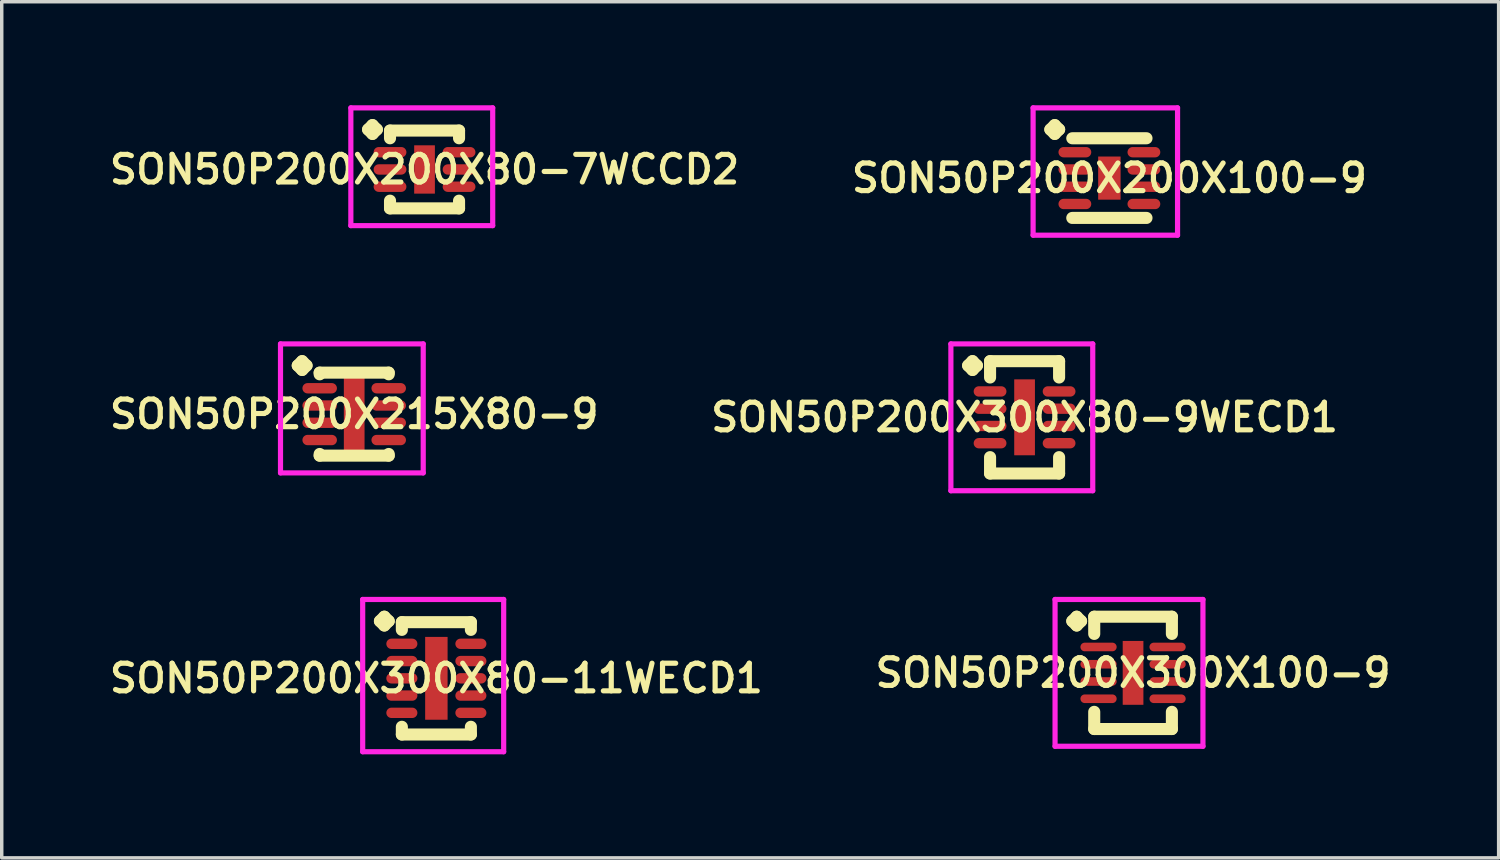
<source format=kicad_pcb>
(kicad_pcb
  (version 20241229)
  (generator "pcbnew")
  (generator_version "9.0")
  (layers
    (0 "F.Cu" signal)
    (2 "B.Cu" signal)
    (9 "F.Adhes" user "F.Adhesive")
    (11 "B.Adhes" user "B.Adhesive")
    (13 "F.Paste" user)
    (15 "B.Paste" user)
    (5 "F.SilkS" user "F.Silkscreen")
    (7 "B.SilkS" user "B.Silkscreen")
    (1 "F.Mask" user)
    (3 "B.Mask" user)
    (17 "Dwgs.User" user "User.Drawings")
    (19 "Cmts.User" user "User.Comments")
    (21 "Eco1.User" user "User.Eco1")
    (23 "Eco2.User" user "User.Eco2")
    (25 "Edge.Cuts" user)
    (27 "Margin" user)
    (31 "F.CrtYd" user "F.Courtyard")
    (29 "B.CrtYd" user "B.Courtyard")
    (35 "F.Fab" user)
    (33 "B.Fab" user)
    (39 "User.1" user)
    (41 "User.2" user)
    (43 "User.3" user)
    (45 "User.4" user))
  (footprint "SON50P200X300X100-9"
    (layer "F.Cu")
    (at 29.778 16.445)
    (property "Reference" "SON50P200X300X100-9" (at 0 0 0) (layer "F.SilkS") (effects (font (size 0.8 0.8) (thickness 0.15))))
    (attr smd)
    (fp_line (start -1.76 -1.5) (end -1.633 -1.627) (stroke (width 0.35) (type solid)) (layer "F.SilkS"))
    (fp_line (start -1.633 -1.627) (end -1.506 -1.5) (stroke (width 0.35) (type solid)) (layer "F.SilkS"))
    (fp_line (start -1.633 -1.373) (end -1.76 -1.5) (stroke (width 0.35) (type solid)) (layer "F.SilkS"))
    (fp_line (start -1.506 -1.5) (end -1.633 -1.373) (stroke (width 0.35) (type solid)) (layer "F.SilkS"))
    (fp_line (start -1.125 -1.627) (end 1.125 -1.627) (stroke (width 0.35) (type solid)) (layer "F.SilkS"))
    (fp_line (start -1.125 -1.129) (end -1.125 -1.627) (stroke (width 0.35) (type solid)) (layer "F.SilkS"))
    (fp_line (start -1.125 1.129) (end -1.125 1.627) (stroke (width 0.35) (type solid)) (layer "F.SilkS"))
    (fp_line (start -1.125 1.627) (end 1.125 1.627) (stroke (width 0.35) (type solid)) (layer "F.SilkS"))
    (fp_line (start 1.125 -1.627) (end 1.125 -1.129) (stroke (width 0.35) (type solid)) (layer "F.SilkS"))
    (fp_line (start 1.125 1.627) (end 1.125 1.129) (stroke (width 0.35) (type solid)) (layer "F.SilkS"))
    (fp_line (start -2.26 -2.127) (end 2.025 -2.127) (stroke (width 0.15) (type solid)) (layer "F.CrtYd"))
    (fp_line (start -2.26 2.127) (end -2.26 -2.127) (stroke (width 0.15) (type solid)) (layer "F.CrtYd"))
    (fp_line (start 2.025 -2.127) (end 2.025 2.127) (stroke (width 0.15) (type solid)) (layer "F.CrtYd"))
    (fp_line (start 2.025 2.127) (end -2.26 2.127) (stroke (width 0.15) (type solid)) (layer "F.CrtYd"))
    (pad "1" smd oval (at -1 -0.75) (size 1.05 0.25) (layers "F.Cu" "F.Mask" "F.Paste"))
    (pad "2" smd oval (at -1 -0.25) (size 1.05 0.25) (layers "F.Cu" "F.Mask" "F.Paste"))
    (pad "3" smd oval (at -1 0.25) (size 1.05 0.25) (layers "F.Cu" "F.Mask" "F.Paste"))
    (pad "4" smd oval (at -1 0.75) (size 1.05 0.25) (layers "F.Cu" "F.Mask" "F.Paste"))
    (pad "5" smd oval (at 1 0.75) (size 1.05 0.25) (layers "F.Cu" "F.Mask" "F.Paste"))
    (pad "6" smd oval (at 1 0.25) (size 1.05 0.25) (layers "F.Cu" "F.Mask" "F.Paste"))
    (pad "7" smd oval (at 1 -0.25) (size 1.05 0.25) (layers "F.Cu" "F.Mask" "F.Paste"))
    (pad "8" smd oval (at 1 -0.75) (size 1.05 0.25) (layers "F.Cu" "F.Mask" "F.Paste"))
    (pad "9" smd rect (at 0 0) (size 0.6 1.85) (layers "F.Cu" "F.Mask" "F.Paste")))
  (footprint "SON50P200X300X80-11WECD1"
    (layer "F.Cu")
    (at 9.593 16.603)
    (property "Reference" "SON50P200X300X80-11WECD1" (at 0 0 0) (layer "F.SilkS") (effects (font (size 0.8 0.8) (thickness 0.15))))
    (attr smd)
    (fp_line (start -1.635 -1.658) (end -1.508 -1.785) (stroke (width 0.35) (type solid)) (layer "F.SilkS"))
    (fp_line (start -1.508 -1.785) (end -1.381 -1.658) (stroke (width 0.35) (type solid)) (layer "F.SilkS"))
    (fp_line (start -1.508 -1.531) (end -1.635 -1.658) (stroke (width 0.35) (type solid)) (layer "F.SilkS"))
    (fp_line (start -1.381 -1.658) (end -1.508 -1.531) (stroke (width 0.35) (type solid)) (layer "F.SilkS"))
    (fp_line (start -1 -1.627) (end 1 -1.627) (stroke (width 0.35) (type solid)) (layer "F.SilkS"))
    (fp_line (start -1 -1.404) (end -1 -1.627) (stroke (width 0.35) (type solid)) (layer "F.SilkS"))
    (fp_line (start -1 1.404) (end -1 1.627) (stroke (width 0.35) (type solid)) (layer "F.SilkS"))
    (fp_line (start -1 1.627) (end 1 1.627) (stroke (width 0.35) (type solid)) (layer "F.SilkS"))
    (fp_line (start 1 -1.627) (end 1 -1.404) (stroke (width 0.35) (type solid)) (layer "F.SilkS"))
    (fp_line (start 1 1.627) (end 1 1.404) (stroke (width 0.35) (type solid)) (layer "F.SilkS"))
    (fp_line (start -2.135 -2.285) (end 1.95 -2.285) (stroke (width 0.15) (type solid)) (layer "F.CrtYd"))
    (fp_line (start -2.135 2.127) (end -2.135 -2.285) (stroke (width 0.15) (type solid)) (layer "F.CrtYd"))
    (fp_line (start 1.95 -2.285) (end 1.95 2.127) (stroke (width 0.15) (type solid)) (layer "F.CrtYd"))
    (fp_line (start 1.95 2.127) (end -2.135 2.127) (stroke (width 0.15) (type solid)) (layer "F.CrtYd"))
    (pad "1" smd oval (at -1 -1) (size 0.9 0.3) (layers "F.Cu" "F.Mask" "F.Paste"))
    (pad "2" smd oval (at -1 -0.5) (size 0.9 0.3) (layers "F.Cu" "F.Mask" "F.Paste"))
    (pad "3" smd oval (at -1 0) (size 0.9 0.3) (layers "F.Cu" "F.Mask" "F.Paste"))
    (pad "4" smd oval (at -1 0.5) (size 0.9 0.3) (layers "F.Cu" "F.Mask" "F.Paste"))
    (pad "5" smd oval (at -1 1) (size 0.9 0.3) (layers "F.Cu" "F.Mask" "F.Paste"))
    (pad "6" smd oval (at 1 1) (size 0.9 0.3) (layers "F.Cu" "F.Mask" "F.Paste"))
    (pad "7" smd oval (at 1 0.5) (size 0.9 0.3) (layers "F.Cu" "F.Mask" "F.Paste"))
    (pad "8" smd oval (at 1 0) (size 0.9 0.3) (layers "F.Cu" "F.Mask" "F.Paste"))
    (pad "9" smd oval (at 1 -0.5) (size 0.9 0.3) (layers "F.Cu" "F.Mask" "F.Paste"))
    (pad "10" smd oval (at 1 -1) (size 0.9 0.3) (layers "F.Cu" "F.Mask" "F.Paste"))
    (pad "11" smd rect (at 0 0) (size 0.65 2.4) (layers "F.Cu" "F.Mask" "F.Paste")))
  (footprint "SON50P200X200X100-9"
    (layer "F.Cu")
    (at 29.092 2.11)
    (property "Reference" "SON50P200X200X100-9" (at 0 0 0) (layer "F.SilkS") (effects (font (size 0.8 0.8) (thickness 0.15))))
    (attr smd)
    (fp_line (start -1.71 -1.408) (end -1.583 -1.535) (stroke (width 0.35) (type solid)) (layer "F.SilkS"))
    (fp_line (start -1.583 -1.535) (end -1.456 -1.408) (stroke (width 0.35) (type solid)) (layer "F.SilkS"))
    (fp_line (start -1.583 -1.281) (end -1.71 -1.408) (stroke (width 0.35) (type solid)) (layer "F.SilkS"))
    (fp_line (start -1.456 -1.408) (end -1.583 -1.281) (stroke (width 0.35) (type solid)) (layer "F.SilkS"))
    (fp_line (start -1.075 -1.154) (end 1.075 -1.154) (stroke (width 0.35) (type solid)) (layer "F.SilkS"))
    (fp_line (start -1.075 1.154) (end 1.075 1.154) (stroke (width 0.35) (type solid)) (layer "F.SilkS"))
    (fp_line (start -2.21 -2.035) (end 1.975 -2.035) (stroke (width 0.15) (type solid)) (layer "F.CrtYd"))
    (fp_line (start -2.21 1.654) (end -2.21 -2.035) (stroke (width 0.15) (type solid)) (layer "F.CrtYd"))
    (fp_line (start 1.975 -2.035) (end 1.975 1.654) (stroke (width 0.15) (type solid)) (layer "F.CrtYd"))
    (fp_line (start 1.975 1.654) (end -2.21 1.654) (stroke (width 0.15) (type solid)) (layer "F.CrtYd"))
    (pad "1" smd oval (at -1 -0.75) (size 0.95 0.3) (layers "F.Cu" "F.Mask" "F.Paste"))
    (pad "2" smd oval (at -1 -0.25) (size 0.95 0.3) (layers "F.Cu" "F.Mask" "F.Paste"))
    (pad "3" smd oval (at -1 0.25) (size 0.95 0.3) (layers "F.Cu" "F.Mask" "F.Paste"))
    (pad "4" smd oval (at -1 0.75) (size 0.95 0.3) (layers "F.Cu" "F.Mask" "F.Paste"))
    (pad "5" smd oval (at 1 0.75) (size 0.95 0.3) (layers "F.Cu" "F.Mask" "F.Paste"))
    (pad "6" smd oval (at 1 0.25) (size 0.95 0.3) (layers "F.Cu" "F.Mask" "F.Paste"))
    (pad "7" smd oval (at 1 -0.25) (size 0.95 0.3) (layers "F.Cu" "F.Mask" "F.Paste"))
    (pad "8" smd oval (at 1 -0.75) (size 0.95 0.3) (layers "F.Cu" "F.Mask" "F.Paste"))
    (pad "9" smd rect (at 0 0) (size 0.65 1.25) (layers "F.Cu" "F.Mask" "F.Paste")))
  (footprint "SON50P200X300X80-9WECD1"
    (layer "F.Cu")
    (at 26.635 9.041)
    (property "Reference" "SON50P200X300X80-9WECD1" (at 0 0 0) (layer "F.SilkS") (effects (font (size 0.8 0.8) (thickness 0.15))))
    (attr smd)
    (fp_line (start -1.635 -1.5) (end -1.508 -1.627) (stroke (width 0.35) (type solid)) (layer "F.SilkS"))
    (fp_line (start -1.508 -1.627) (end -1.381 -1.5) (stroke (width 0.35) (type solid)) (layer "F.SilkS"))
    (fp_line (start -1.508 -1.373) (end -1.635 -1.5) (stroke (width 0.35) (type solid)) (layer "F.SilkS"))
    (fp_line (start -1.381 -1.5) (end -1.508 -1.373) (stroke (width 0.35) (type solid)) (layer "F.SilkS"))
    (fp_line (start -1 -1.627) (end 1 -1.627) (stroke (width 0.35) (type solid)) (layer "F.SilkS"))
    (fp_line (start -1 -1.154) (end -1 -1.627) (stroke (width 0.35) (type solid)) (layer "F.SilkS"))
    (fp_line (start -1 1.154) (end -1 1.627) (stroke (width 0.35) (type solid)) (layer "F.SilkS"))
    (fp_line (start -1 1.627) (end 1 1.627) (stroke (width 0.35) (type solid)) (layer "F.SilkS"))
    (fp_line (start 1 -1.627) (end 1 -1.154) (stroke (width 0.35) (type solid)) (layer "F.SilkS"))
    (fp_line (start 1 1.627) (end 1 1.154) (stroke (width 0.35) (type solid)) (layer "F.SilkS"))
    (fp_line (start -2.135 -2.127) (end 1.975 -2.127) (stroke (width 0.15) (type solid)) (layer "F.CrtYd"))
    (fp_line (start -2.135 2.127) (end -2.135 -2.127) (stroke (width 0.15) (type solid)) (layer "F.CrtYd"))
    (fp_line (start 1.975 -2.127) (end 1.975 2.127) (stroke (width 0.15) (type solid)) (layer "F.CrtYd"))
    (fp_line (start 1.975 2.127) (end -2.135 2.127) (stroke (width 0.15) (type solid)) (layer "F.CrtYd"))
    (pad "1" smd oval (at -1 -0.75) (size 0.95 0.3) (layers "F.Cu" "F.Mask" "F.Paste"))
    (pad "2" smd oval (at -1 -0.25) (size 0.95 0.3) (layers "F.Cu" "F.Mask" "F.Paste"))
    (pad "3" smd oval (at -1 0.25) (size 0.95 0.3) (layers "F.Cu" "F.Mask" "F.Paste"))
    (pad "4" smd oval (at -1 0.75) (size 0.95 0.3) (layers "F.Cu" "F.Mask" "F.Paste"))
    (pad "5" smd oval (at 1 0.75) (size 0.95 0.3) (layers "F.Cu" "F.Mask" "F.Paste"))
    (pad "6" smd oval (at 1 0.25) (size 0.95 0.3) (layers "F.Cu" "F.Mask" "F.Paste"))
    (pad "7" smd oval (at 1 -0.25) (size 0.95 0.3) (layers "F.Cu" "F.Mask" "F.Paste"))
    (pad "8" smd oval (at 1 -0.75) (size 0.95 0.3) (layers "F.Cu" "F.Mask" "F.Paste"))
    (pad "9" smd rect (at 0 0) (size 0.6 2.2) (layers "F.Cu" "F.Mask" "F.Paste")))
  (footprint "SON50P200X200X80-7WCCD2"
    (layer "F.Cu")
    (at 9.25 1.86)
    (property "Reference" "SON50P200X200X80-7WCCD2" (at 0 0 0) (layer "F.SilkS") (effects (font (size 0.8 0.8) (thickness 0.15))))
    (attr smd)
    (fp_line (start -1.635 -1.158) (end -1.508 -1.285) (stroke (width 0.35) (type solid)) (layer "F.SilkS"))
    (fp_line (start -1.508 -1.285) (end -1.381 -1.158) (stroke (width 0.35) (type solid)) (layer "F.SilkS"))
    (fp_line (start -1.508 -1.031) (end -1.635 -1.158) (stroke (width 0.35) (type solid)) (layer "F.SilkS"))
    (fp_line (start -1.381 -1.158) (end -1.508 -1.031) (stroke (width 0.35) (type solid)) (layer "F.SilkS"))
    (fp_line (start -1 -1.127) (end 1 -1.127) (stroke (width 0.35) (type solid)) (layer "F.SilkS"))
    (fp_line (start -1 -0.904) (end -1 -1.127) (stroke (width 0.35) (type solid)) (layer "F.SilkS"))
    (fp_line (start -1 0.904) (end -1 1.127) (stroke (width 0.35) (type solid)) (layer "F.SilkS"))
    (fp_line (start -1 1.127) (end 1 1.127) (stroke (width 0.35) (type solid)) (layer "F.SilkS"))
    (fp_line (start 1 -1.127) (end 1 -0.904) (stroke (width 0.35) (type solid)) (layer "F.SilkS"))
    (fp_line (start 1 1.127) (end 1 0.904) (stroke (width 0.35) (type solid)) (layer "F.SilkS"))
    (fp_line (start -2.135 -1.785) (end 1.975 -1.785) (stroke (width 0.15) (type solid)) (layer "F.CrtYd"))
    (fp_line (start -2.135 1.627) (end -2.135 -1.785) (stroke (width 0.15) (type solid)) (layer "F.CrtYd"))
    (fp_line (start 1.975 -1.785) (end 1.975 1.627) (stroke (width 0.15) (type solid)) (layer "F.CrtYd"))
    (fp_line (start 1.975 1.627) (end -2.135 1.627) (stroke (width 0.15) (type solid)) (layer "F.CrtYd"))
    (pad "1" smd oval (at -1 -0.5) (size 0.95 0.3) (layers "F.Cu" "F.Mask" "F.Paste"))
    (pad "2" smd oval (at -1 0) (size 0.95 0.3) (layers "F.Cu" "F.Mask" "F.Paste"))
    (pad "3" smd oval (at -1 0.5) (size 0.95 0.3) (layers "F.Cu" "F.Mask" "F.Paste"))
    (pad "4" smd oval (at 1 0.5) (size 0.95 0.3) (layers "F.Cu" "F.Mask" "F.Paste"))
    (pad "5" smd oval (at 1 0) (size 0.95 0.3) (layers "F.Cu" "F.Mask" "F.Paste"))
    (pad "6" smd oval (at 1 -0.5) (size 0.95 0.3) (layers "F.Cu" "F.Mask" "F.Paste"))
    (pad "7" smd rect (at 0 0) (size 0.6 1.4) (layers "F.Cu" "F.Mask" "F.Paste")))
  (footprint "SON50P200X215X80-9"
    (layer "F.Cu")
    (at 7.212 8.949)
    (property "Reference" "SON50P200X215X80-9" (at 0 0 0) (layer "F.SilkS") (effects (font (size 0.8 0.8) (thickness 0.15))))
    (attr smd)
    (fp_line (start -1.635 -1.408) (end -1.508 -1.535) (stroke (width 0.35) (type solid)) (layer "F.SilkS"))
    (fp_line (start -1.508 -1.535) (end -1.381 -1.408) (stroke (width 0.35) (type solid)) (layer "F.SilkS"))
    (fp_line (start -1.508 -1.281) (end -1.635 -1.408) (stroke (width 0.35) (type solid)) (layer "F.SilkS"))
    (fp_line (start -1.381 -1.408) (end -1.508 -1.281) (stroke (width 0.35) (type solid)) (layer "F.SilkS"))
    (fp_line (start -1 -1.202) (end 1 -1.202) (stroke (width 0.35) (type solid)) (layer "F.SilkS"))
    (fp_line (start -1 -1.154) (end -1 -1.202) (stroke (width 0.35) (type solid)) (layer "F.SilkS"))
    (fp_line (start -1 1.154) (end -1 1.202) (stroke (width 0.35) (type solid)) (layer "F.SilkS"))
    (fp_line (start -1 1.202) (end 1 1.202) (stroke (width 0.35) (type solid)) (layer "F.SilkS"))
    (fp_line (start 1 -1.202) (end 1 -1.154) (stroke (width 0.35) (type solid)) (layer "F.SilkS"))
    (fp_line (start 1 1.202) (end 1 1.154) (stroke (width 0.35) (type solid)) (layer "F.SilkS"))
    (fp_line (start -2.135 -2.035) (end 2 -2.035) (stroke (width 0.15) (type solid)) (layer "F.CrtYd"))
    (fp_line (start -2.135 1.702) (end -2.135 -2.035) (stroke (width 0.15) (type solid)) (layer "F.CrtYd"))
    (fp_line (start 2 -2.035) (end 2 1.702) (stroke (width 0.15) (type solid)) (layer "F.CrtYd"))
    (fp_line (start 2 1.702) (end -2.135 1.702) (stroke (width 0.15) (type solid)) (layer "F.CrtYd"))
    (pad "1" smd oval (at -1 -0.75) (size 1 0.3) (layers "F.Cu" "F.Mask" "F.Paste"))
    (pad "2" smd oval (at -1 -0.25) (size 1 0.3) (layers "F.Cu" "F.Mask" "F.Paste"))
    (pad "3" smd oval (at -1 0.25) (size 1 0.3) (layers "F.Cu" "F.Mask" "F.Paste"))
    (pad "4" smd oval (at -1 0.75) (size 1 0.3) (layers "F.Cu" "F.Mask" "F.Paste"))
    (pad "5" smd oval (at 1 0.75) (size 1 0.3) (layers "F.Cu" "F.Mask" "F.Paste"))
    (pad "6" smd oval (at 1 0.25) (size 1 0.3) (layers "F.Cu" "F.Mask" "F.Paste"))
    (pad "7" smd oval (at 1 -0.25) (size 1 0.3) (layers "F.Cu" "F.Mask" "F.Paste"))
    (pad "8" smd oval (at 1 -0.75) (size 1 0.3) (layers "F.Cu" "F.Mask" "F.Paste"))
    (pad "9" smd rect (at 0 0) (size 0.6 2.2) (layers "F.Cu" "F.Mask" "F.Paste")))
  (gr_rect
    (start -3 -3)
    (end 40.37 21.805)
    (stroke (width 0.1) (type default))
    (fill no)
    (layer "Edge.Cuts")))
</source>
